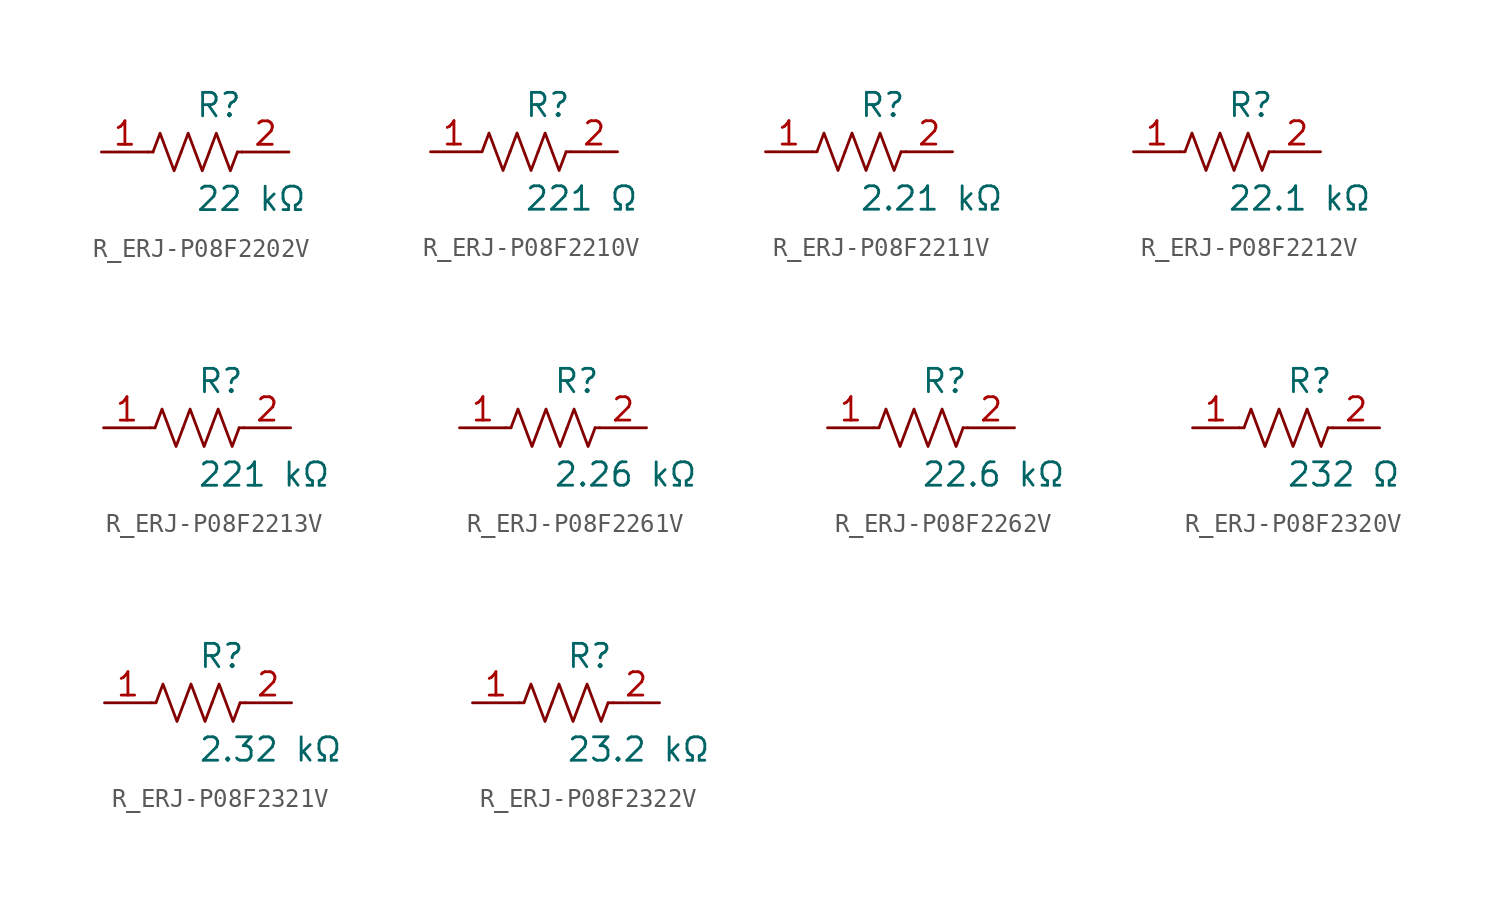
<source format=kicad_sym>
(kicad_symbol_lib
  (version 20231120)
  (generator kicad_symbol_editor)
  (generator_version 8.0)
  (symbol "R_ERJ-P08F2202V"
    (pin_names
      (offset 0.254))
    (property "Reference" "R"
      (at 0.0 2.54 0)
      (effects (font (size 1.27 1.27)) (justify left)))
    (property "Value" "22 kΩ"
      (at 0.0 -2.54 0)
      (effects (font (size 1.27 1.27)) (justify left)))
    (symbol "R_ERJ-P08F2202V_0_1"
      (polyline (pts (xy 2.286 0) (xy 2.54 0)) (stroke (width 0) (type default)) (fill (type none)))
      (polyline (pts (xy -2.286 0) (xy -2.54 0)) (stroke (width 0) (type default)) (fill (type none)))
      (polyline (pts (xy 0.762 0) (xy 1.143 1.016) (xy 1.524 0) (xy 1.905 -1.016) (xy 2.286 0)) (stroke (width 0) (type default)) (fill (type none)))
      (polyline (pts (xy -0.762 0) (xy -0.381 1.016) (xy 0 0) (xy 0.381 -1.016) (xy 0.762 0)) (stroke (width 0) (type default)) (fill (type none)))
      (polyline (pts (xy -2.286 0) (xy -1.905 1.016) (xy -1.524 0) (xy -1.143 -1.016) (xy -0.762 0)) (stroke (width 0) (type default)) (fill (type none))))
    (pin unspecified line
      (at -5.08 0 0)
      (length 2.54)
      (name "" (effects (font (size 1.27 1.27))))
      (number "1" (effects (font (size 1.27 1.27)))))
    (pin unspecified line
      (at 5.08 0 180)
      (length 2.54)
      (name "" (effects (font (size 1.27 1.27))))
      (number "2" (effects (font (size 1.27 1.27))))))
  (symbol "R_ERJ-P08F2210V"
    (pin_names
      (offset 0.254))
    (property "Reference" "R"
      (at 0.0 2.54 0)
      (effects (font (size 1.27 1.27)) (justify left)))
    (property "Value" "221 Ω"
      (at 0.0 -2.54 0)
      (effects (font (size 1.27 1.27)) (justify left)))
    (symbol "R_ERJ-P08F2210V_0_1"
      (polyline (pts (xy 2.286 0) (xy 2.54 0)) (stroke (width 0) (type default)) (fill (type none)))
      (polyline (pts (xy -2.286 0) (xy -2.54 0)) (stroke (width 0) (type default)) (fill (type none)))
      (polyline (pts (xy 0.762 0) (xy 1.143 1.016) (xy 1.524 0) (xy 1.905 -1.016) (xy 2.286 0)) (stroke (width 0) (type default)) (fill (type none)))
      (polyline (pts (xy -0.762 0) (xy -0.381 1.016) (xy 0 0) (xy 0.381 -1.016) (xy 0.762 0)) (stroke (width 0) (type default)) (fill (type none)))
      (polyline (pts (xy -2.286 0) (xy -1.905 1.016) (xy -1.524 0) (xy -1.143 -1.016) (xy -0.762 0)) (stroke (width 0) (type default)) (fill (type none))))
    (pin unspecified line
      (at -5.08 0 0)
      (length 2.54)
      (name "" (effects (font (size 1.27 1.27))))
      (number "1" (effects (font (size 1.27 1.27)))))
    (pin unspecified line
      (at 5.08 0 180)
      (length 2.54)
      (name "" (effects (font (size 1.27 1.27))))
      (number "2" (effects (font (size 1.27 1.27))))))
  (symbol "R_ERJ-P08F2211V"
    (pin_names
      (offset 0.254))
    (property "Reference" "R"
      (at 0.0 2.54 0)
      (effects (font (size 1.27 1.27)) (justify left)))
    (property "Value" "2.21 kΩ"
      (at 0.0 -2.54 0)
      (effects (font (size 1.27 1.27)) (justify left)))
    (symbol "R_ERJ-P08F2211V_0_1"
      (polyline (pts (xy 2.286 0) (xy 2.54 0)) (stroke (width 0) (type default)) (fill (type none)))
      (polyline (pts (xy -2.286 0) (xy -2.54 0)) (stroke (width 0) (type default)) (fill (type none)))
      (polyline (pts (xy 0.762 0) (xy 1.143 1.016) (xy 1.524 0) (xy 1.905 -1.016) (xy 2.286 0)) (stroke (width 0) (type default)) (fill (type none)))
      (polyline (pts (xy -0.762 0) (xy -0.381 1.016) (xy 0 0) (xy 0.381 -1.016) (xy 0.762 0)) (stroke (width 0) (type default)) (fill (type none)))
      (polyline (pts (xy -2.286 0) (xy -1.905 1.016) (xy -1.524 0) (xy -1.143 -1.016) (xy -0.762 0)) (stroke (width 0) (type default)) (fill (type none))))
    (pin unspecified line
      (at -5.08 0 0)
      (length 2.54)
      (name "" (effects (font (size 1.27 1.27))))
      (number "1" (effects (font (size 1.27 1.27)))))
    (pin unspecified line
      (at 5.08 0 180)
      (length 2.54)
      (name "" (effects (font (size 1.27 1.27))))
      (number "2" (effects (font (size 1.27 1.27))))))
  (symbol "R_ERJ-P08F2212V"
    (pin_names
      (offset 0.254))
    (property "Reference" "R"
      (at 0.0 2.54 0)
      (effects (font (size 1.27 1.27)) (justify left)))
    (property "Value" "22.1 kΩ"
      (at 0.0 -2.54 0)
      (effects (font (size 1.27 1.27)) (justify left)))
    (symbol "R_ERJ-P08F2212V_0_1"
      (polyline (pts (xy 2.286 0) (xy 2.54 0)) (stroke (width 0) (type default)) (fill (type none)))
      (polyline (pts (xy -2.286 0) (xy -2.54 0)) (stroke (width 0) (type default)) (fill (type none)))
      (polyline (pts (xy 0.762 0) (xy 1.143 1.016) (xy 1.524 0) (xy 1.905 -1.016) (xy 2.286 0)) (stroke (width 0) (type default)) (fill (type none)))
      (polyline (pts (xy -0.762 0) (xy -0.381 1.016) (xy 0 0) (xy 0.381 -1.016) (xy 0.762 0)) (stroke (width 0) (type default)) (fill (type none)))
      (polyline (pts (xy -2.286 0) (xy -1.905 1.016) (xy -1.524 0) (xy -1.143 -1.016) (xy -0.762 0)) (stroke (width 0) (type default)) (fill (type none))))
    (pin unspecified line
      (at -5.08 0 0)
      (length 2.54)
      (name "" (effects (font (size 1.27 1.27))))
      (number "1" (effects (font (size 1.27 1.27)))))
    (pin unspecified line
      (at 5.08 0 180)
      (length 2.54)
      (name "" (effects (font (size 1.27 1.27))))
      (number "2" (effects (font (size 1.27 1.27))))))
  (symbol "R_ERJ-P08F2213V"
    (pin_names
      (offset 0.254))
    (property "Reference" "R"
      (at 0.0 2.54 0)
      (effects (font (size 1.27 1.27)) (justify left)))
    (property "Value" "221 kΩ"
      (at 0.0 -2.54 0)
      (effects (font (size 1.27 1.27)) (justify left)))
    (symbol "R_ERJ-P08F2213V_0_1"
      (polyline (pts (xy 2.286 0) (xy 2.54 0)) (stroke (width 0) (type default)) (fill (type none)))
      (polyline (pts (xy -2.286 0) (xy -2.54 0)) (stroke (width 0) (type default)) (fill (type none)))
      (polyline (pts (xy 0.762 0) (xy 1.143 1.016) (xy 1.524 0) (xy 1.905 -1.016) (xy 2.286 0)) (stroke (width 0) (type default)) (fill (type none)))
      (polyline (pts (xy -0.762 0) (xy -0.381 1.016) (xy 0 0) (xy 0.381 -1.016) (xy 0.762 0)) (stroke (width 0) (type default)) (fill (type none)))
      (polyline (pts (xy -2.286 0) (xy -1.905 1.016) (xy -1.524 0) (xy -1.143 -1.016) (xy -0.762 0)) (stroke (width 0) (type default)) (fill (type none))))
    (pin unspecified line
      (at -5.08 0 0)
      (length 2.54)
      (name "" (effects (font (size 1.27 1.27))))
      (number "1" (effects (font (size 1.27 1.27)))))
    (pin unspecified line
      (at 5.08 0 180)
      (length 2.54)
      (name "" (effects (font (size 1.27 1.27))))
      (number "2" (effects (font (size 1.27 1.27))))))
  (symbol "R_ERJ-P08F2261V"
    (pin_names
      (offset 0.254))
    (property "Reference" "R"
      (at 0.0 2.54 0)
      (effects (font (size 1.27 1.27)) (justify left)))
    (property "Value" "2.26 kΩ"
      (at 0.0 -2.54 0)
      (effects (font (size 1.27 1.27)) (justify left)))
    (symbol "R_ERJ-P08F2261V_0_1"
      (polyline (pts (xy 2.286 0) (xy 2.54 0)) (stroke (width 0) (type default)) (fill (type none)))
      (polyline (pts (xy -2.286 0) (xy -2.54 0)) (stroke (width 0) (type default)) (fill (type none)))
      (polyline (pts (xy 0.762 0) (xy 1.143 1.016) (xy 1.524 0) (xy 1.905 -1.016) (xy 2.286 0)) (stroke (width 0) (type default)) (fill (type none)))
      (polyline (pts (xy -0.762 0) (xy -0.381 1.016) (xy 0 0) (xy 0.381 -1.016) (xy 0.762 0)) (stroke (width 0) (type default)) (fill (type none)))
      (polyline (pts (xy -2.286 0) (xy -1.905 1.016) (xy -1.524 0) (xy -1.143 -1.016) (xy -0.762 0)) (stroke (width 0) (type default)) (fill (type none))))
    (pin unspecified line
      (at -5.08 0 0)
      (length 2.54)
      (name "" (effects (font (size 1.27 1.27))))
      (number "1" (effects (font (size 1.27 1.27)))))
    (pin unspecified line
      (at 5.08 0 180)
      (length 2.54)
      (name "" (effects (font (size 1.27 1.27))))
      (number "2" (effects (font (size 1.27 1.27))))))
  (symbol "R_ERJ-P08F2262V"
    (pin_names
      (offset 0.254))
    (property "Reference" "R"
      (at 0.0 2.54 0)
      (effects (font (size 1.27 1.27)) (justify left)))
    (property "Value" "22.6 kΩ"
      (at 0.0 -2.54 0)
      (effects (font (size 1.27 1.27)) (justify left)))
    (symbol "R_ERJ-P08F2262V_0_1"
      (polyline (pts (xy 2.286 0) (xy 2.54 0)) (stroke (width 0) (type default)) (fill (type none)))
      (polyline (pts (xy -2.286 0) (xy -2.54 0)) (stroke (width 0) (type default)) (fill (type none)))
      (polyline (pts (xy 0.762 0) (xy 1.143 1.016) (xy 1.524 0) (xy 1.905 -1.016) (xy 2.286 0)) (stroke (width 0) (type default)) (fill (type none)))
      (polyline (pts (xy -0.762 0) (xy -0.381 1.016) (xy 0 0) (xy 0.381 -1.016) (xy 0.762 0)) (stroke (width 0) (type default)) (fill (type none)))
      (polyline (pts (xy -2.286 0) (xy -1.905 1.016) (xy -1.524 0) (xy -1.143 -1.016) (xy -0.762 0)) (stroke (width 0) (type default)) (fill (type none))))
    (pin unspecified line
      (at -5.08 0 0)
      (length 2.54)
      (name "" (effects (font (size 1.27 1.27))))
      (number "1" (effects (font (size 1.27 1.27)))))
    (pin unspecified line
      (at 5.08 0 180)
      (length 2.54)
      (name "" (effects (font (size 1.27 1.27))))
      (number "2" (effects (font (size 1.27 1.27))))))
  (symbol "R_ERJ-P08F2320V"
    (pin_names
      (offset 0.254))
    (property "Reference" "R"
      (at 0.0 2.54 0)
      (effects (font (size 1.27 1.27)) (justify left)))
    (property "Value" "232 Ω"
      (at 0.0 -2.54 0)
      (effects (font (size 1.27 1.27)) (justify left)))
    (symbol "R_ERJ-P08F2320V_0_1"
      (polyline (pts (xy 2.286 0) (xy 2.54 0)) (stroke (width 0) (type default)) (fill (type none)))
      (polyline (pts (xy -2.286 0) (xy -2.54 0)) (stroke (width 0) (type default)) (fill (type none)))
      (polyline (pts (xy 0.762 0) (xy 1.143 1.016) (xy 1.524 0) (xy 1.905 -1.016) (xy 2.286 0)) (stroke (width 0) (type default)) (fill (type none)))
      (polyline (pts (xy -0.762 0) (xy -0.381 1.016) (xy 0 0) (xy 0.381 -1.016) (xy 0.762 0)) (stroke (width 0) (type default)) (fill (type none)))
      (polyline (pts (xy -2.286 0) (xy -1.905 1.016) (xy -1.524 0) (xy -1.143 -1.016) (xy -0.762 0)) (stroke (width 0) (type default)) (fill (type none))))
    (pin unspecified line
      (at -5.08 0 0)
      (length 2.54)
      (name "" (effects (font (size 1.27 1.27))))
      (number "1" (effects (font (size 1.27 1.27)))))
    (pin unspecified line
      (at 5.08 0 180)
      (length 2.54)
      (name "" (effects (font (size 1.27 1.27))))
      (number "2" (effects (font (size 1.27 1.27))))))
  (symbol "R_ERJ-P08F2321V"
    (pin_names
      (offset 0.254))
    (property "Reference" "R"
      (at 0.0 2.54 0)
      (effects (font (size 1.27 1.27)) (justify left)))
    (property "Value" "2.32 kΩ"
      (at 0.0 -2.54 0)
      (effects (font (size 1.27 1.27)) (justify left)))
    (symbol "R_ERJ-P08F2321V_0_1"
      (polyline (pts (xy 2.286 0) (xy 2.54 0)) (stroke (width 0) (type default)) (fill (type none)))
      (polyline (pts (xy -2.286 0) (xy -2.54 0)) (stroke (width 0) (type default)) (fill (type none)))
      (polyline (pts (xy 0.762 0) (xy 1.143 1.016) (xy 1.524 0) (xy 1.905 -1.016) (xy 2.286 0)) (stroke (width 0) (type default)) (fill (type none)))
      (polyline (pts (xy -0.762 0) (xy -0.381 1.016) (xy 0 0) (xy 0.381 -1.016) (xy 0.762 0)) (stroke (width 0) (type default)) (fill (type none)))
      (polyline (pts (xy -2.286 0) (xy -1.905 1.016) (xy -1.524 0) (xy -1.143 -1.016) (xy -0.762 0)) (stroke (width 0) (type default)) (fill (type none))))
    (pin unspecified line
      (at -5.08 0 0)
      (length 2.54)
      (name "" (effects (font (size 1.27 1.27))))
      (number "1" (effects (font (size 1.27 1.27)))))
    (pin unspecified line
      (at 5.08 0 180)
      (length 2.54)
      (name "" (effects (font (size 1.27 1.27))))
      (number "2" (effects (font (size 1.27 1.27))))))
  (symbol "R_ERJ-P08F2322V"
    (pin_names
      (offset 0.254))
    (property "Reference" "R"
      (at 0.0 2.54 0)
      (effects (font (size 1.27 1.27)) (justify left)))
    (property "Value" "23.2 kΩ"
      (at 0.0 -2.54 0)
      (effects (font (size 1.27 1.27)) (justify left)))
    (symbol "R_ERJ-P08F2322V_0_1"
      (polyline (pts (xy 2.286 0) (xy 2.54 0)) (stroke (width 0) (type default)) (fill (type none)))
      (polyline (pts (xy -2.286 0) (xy -2.54 0)) (stroke (width 0) (type default)) (fill (type none)))
      (polyline (pts (xy 0.762 0) (xy 1.143 1.016) (xy 1.524 0) (xy 1.905 -1.016) (xy 2.286 0)) (stroke (width 0) (type default)) (fill (type none)))
      (polyline (pts (xy -0.762 0) (xy -0.381 1.016) (xy 0 0) (xy 0.381 -1.016) (xy 0.762 0)) (stroke (width 0) (type default)) (fill (type none)))
      (polyline (pts (xy -2.286 0) (xy -1.905 1.016) (xy -1.524 0) (xy -1.143 -1.016) (xy -0.762 0)) (stroke (width 0) (type default)) (fill (type none))))
    (pin unspecified line
      (at -5.08 0 0)
      (length 2.54)
      (name "" (effects (font (size 1.27 1.27))))
      (number "1" (effects (font (size 1.27 1.27)))))
    (pin unspecified line
      (at 5.08 0 180)
      (length 2.54)
      (name "" (effects (font (size 1.27 1.27))))
      (number "2" (effects (font (size 1.27 1.27)))))))
</source>
